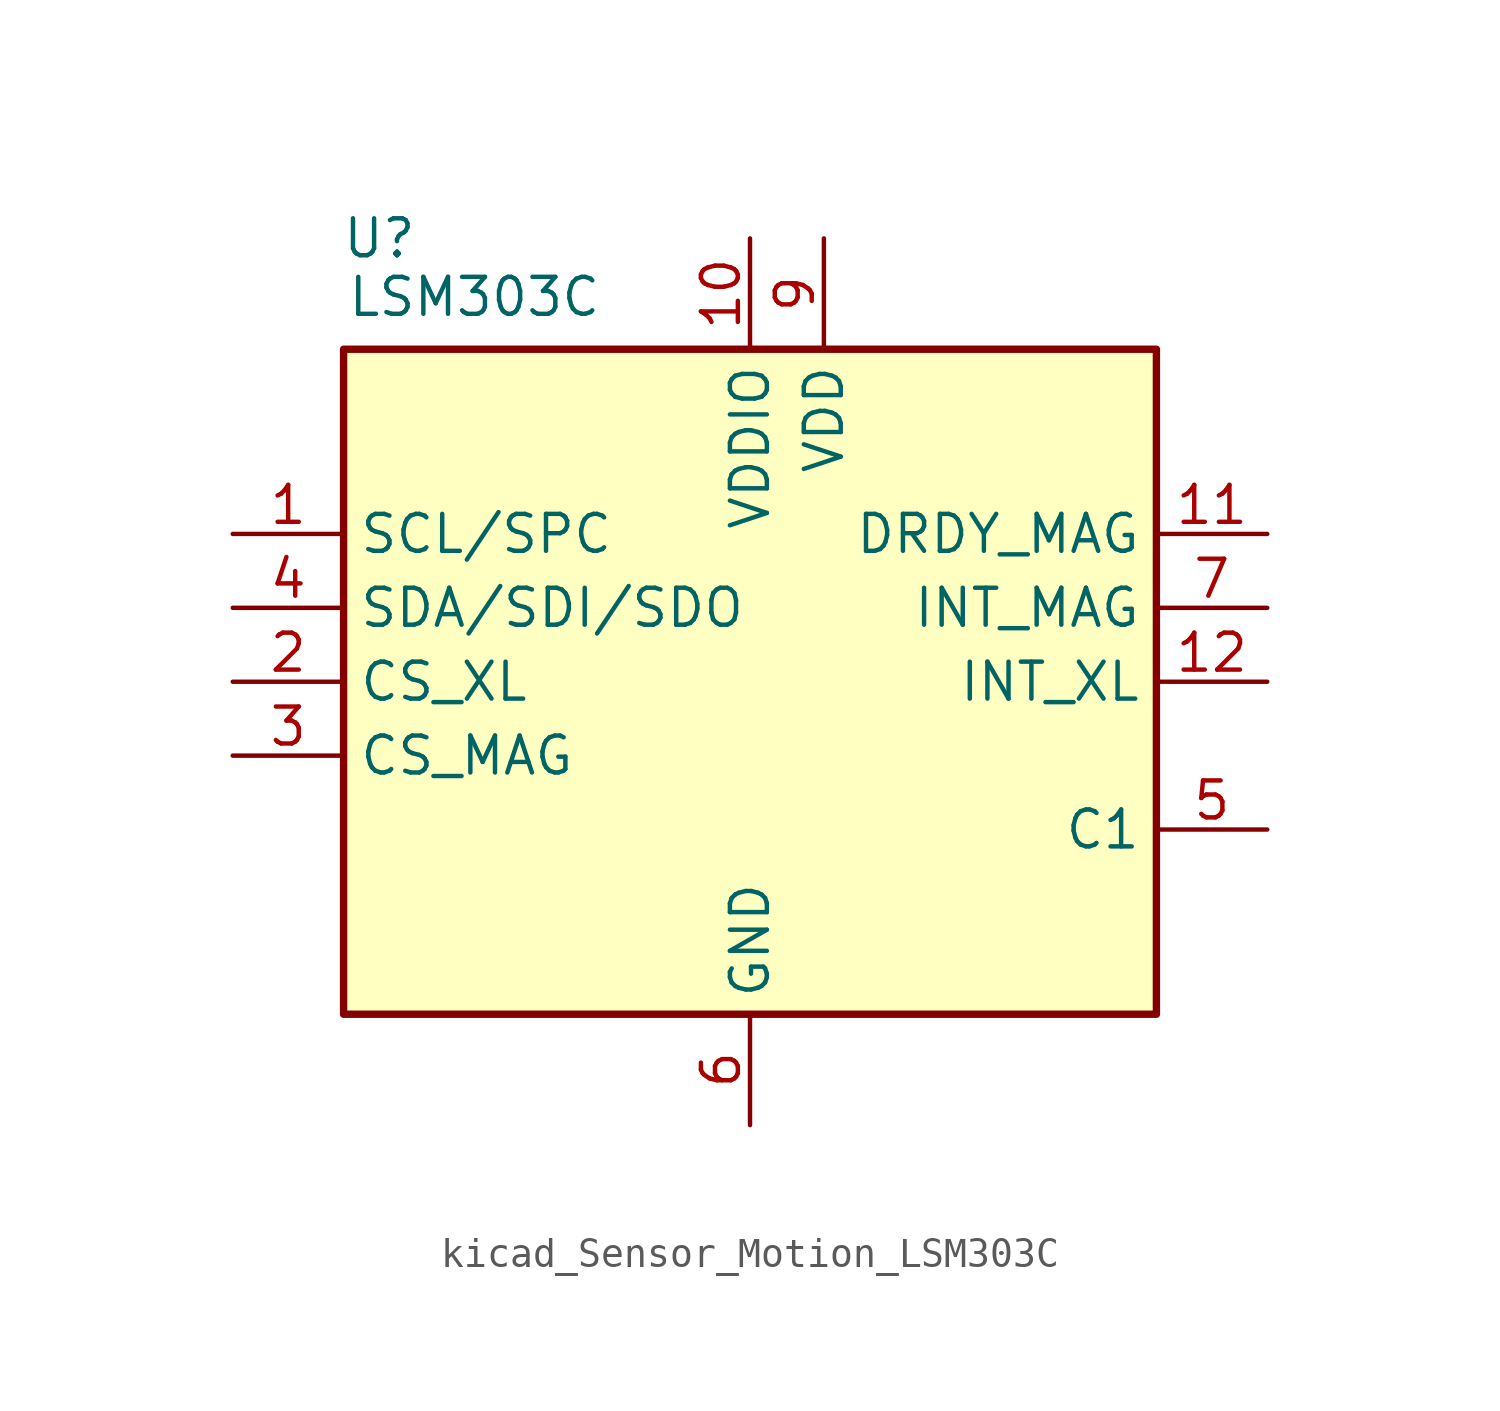
<source format=kicad_sym>
(kicad_symbol_lib
  (version 20220914)
  (generator kicad_symbol_editor)
  (symbol "kicad_Sensor_Motion_LSM303C"
    (property "Reference" "U"
      (at -11.43 15.24 0)
      (effects (font (size 1.27 1.27)) (justify right)))
    (property "Value" "LSM303C"
      (at -5.08 13.97 0)
      (effects (font (size 1.27 1.27)) (justify right top)))
    (symbol "kicad_Sensor_Motion_LSM303C_0_1"
      (rectangle (start 13.97 11.43) (end -13.97 -11.43) (stroke (width 0.254) (type default)) (fill (type background))))
    (symbol "kicad_Sensor_Motion_LSM303C_1_1"
      (pin input line (at -17.78 5.08 0) (length 3.81) (name "SCL/SPC" (effects (font (size 1.27 1.27)))) (number "1" (effects (font (size 1.27 1.27)))))
      (pin power_in line (at 0 15.24 270) (length 3.81) (name "VDDIO" (effects (font (size 1.27 1.27)))) (number "10" (effects (font (size 1.27 1.27)))))
      (pin output line (at 17.78 5.08 180) (length 3.81) (name "DRDY_MAG" (effects (font (size 1.27 1.27)))) (number "11" (effects (font (size 1.27 1.27)))))
      (pin output line (at 17.78 0 180) (length 3.81) (name "INT_XL" (effects (font (size 1.27 1.27)))) (number "12" (effects (font (size 1.27 1.27)))))
      (pin input line (at -17.78 0 0) (length 3.81) (name "CS_XL" (effects (font (size 1.27 1.27)))) (number "2" (effects (font (size 1.27 1.27)))))
      (pin input line (at -17.78 -2.54 0) (length 3.81) (name "CS_MAG" (effects (font (size 1.27 1.27)))) (number "3" (effects (font (size 1.27 1.27)))))
      (pin bidirectional line (at -17.78 2.54 0) (length 3.81) (name "SDA/SDI/SDO" (effects (font (size 1.27 1.27)))) (number "4" (effects (font (size 1.27 1.27)))))
      (pin passive line (at 17.78 -5.08 180) (length 3.81) (name "C1" (effects (font (size 1.27 1.27)))) (number "5" (effects (font (size 1.27 1.27)))))
      (pin power_in line (at 0 -15.24 90) (length 3.81) (name "GND" (effects (font (size 1.27 1.27)))) (number "6" (effects (font (size 1.27 1.27)))))
      (pin output line (at 17.78 2.54 180) (length 3.81) (name "INT_MAG" (effects (font (size 1.27 1.27)))) (number "7" (effects (font (size 1.27 1.27)))))
      (pin passive line (at 0 -15.24 90) (length 3.81) hide (name "GND" (effects (font (size 1.27 1.27)))) (number "8" (effects (font (size 1.27 1.27)))))
      (pin power_in line (at 2.54 15.24 270) (length 3.81) (name "VDD" (effects (font (size 1.27 1.27)))) (number "9" (effects (font (size 1.27 1.27))))))))
</source>
